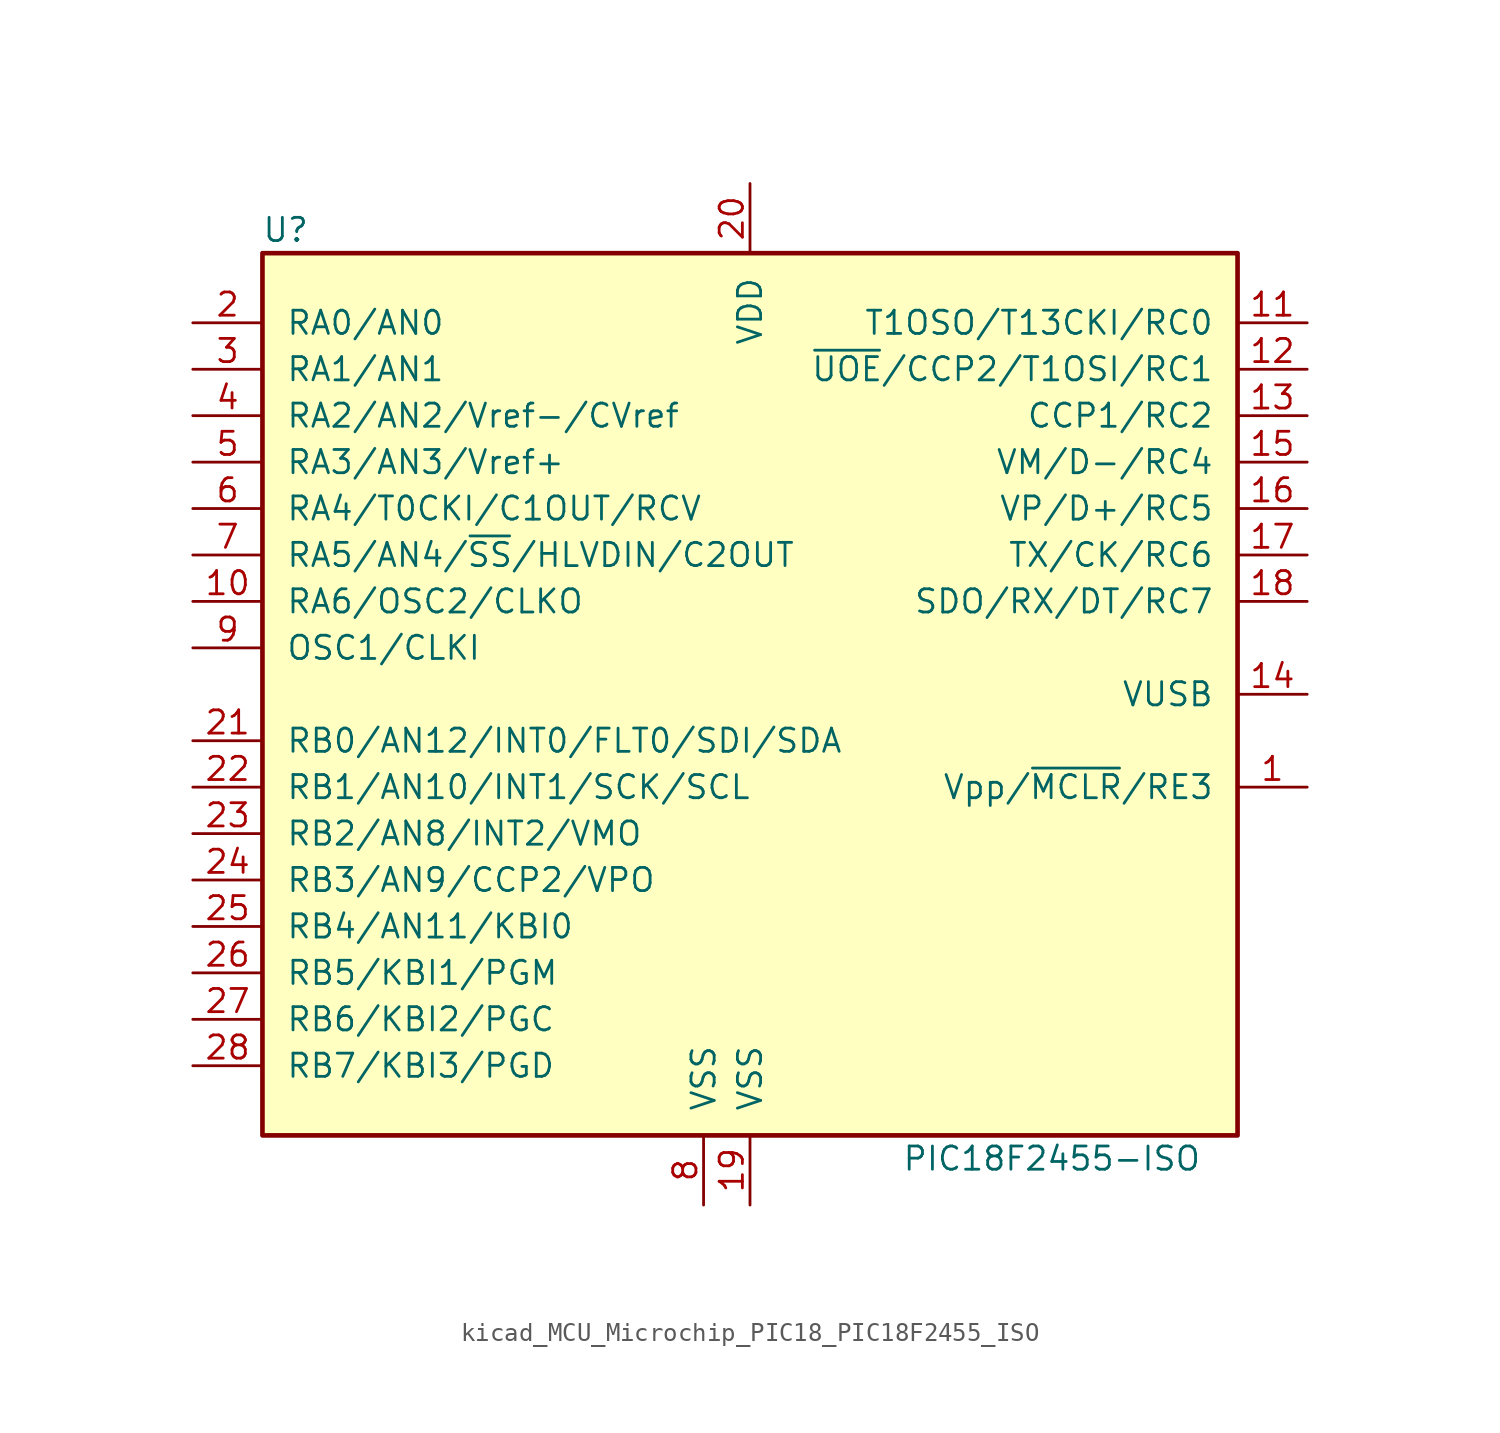
<source format=kicad_sym>
(kicad_symbol_lib
  (version 20220914)
  (generator kicad_symbol_editor)
  (symbol "kicad_MCU_Microchip_PIC18_PIC18F2455_ISO"
    (pin_names
      (offset 1.27))
    (property "Reference" "U"
      (at -25.4 25.4 0)
      (effects (font (size 1.27 1.27))))
    (property "Value" "PIC18F2455-ISO"
      (at 16.51 -25.4 0)
      (effects (font (size 1.27 1.27))))
    (symbol "kicad_MCU_Microchip_PIC18_PIC18F2455_ISO_0_1"
      (rectangle (start -26.67 24.13) (end 26.67 -24.13) (stroke (width 0.254) (type default)) (fill (type background))))
    (symbol "kicad_MCU_Microchip_PIC18_PIC18F2455_ISO_1_1"
      (pin input line (at 30.48 -5.08 180) (length 3.81) (name "Vpp/~{MCLR}/RE3" (effects (font (size 1.27 1.27)))) (number "1" (effects (font (size 1.27 1.27)))))
      (pin output line (at -30.48 5.08 0) (length 3.81) (name "RA6/OSC2/CLKO" (effects (font (size 1.27 1.27)))) (number "10" (effects (font (size 1.27 1.27)))))
      (pin bidirectional line (at 30.48 20.32 180) (length 3.81) (name "T1OSO/T13CKI/RC0" (effects (font (size 1.27 1.27)))) (number "11" (effects (font (size 1.27 1.27)))))
      (pin bidirectional line (at 30.48 17.78 180) (length 3.81) (name "~{UOE}/CCP2/T1OSI/RC1" (effects (font (size 1.27 1.27)))) (number "12" (effects (font (size 1.27 1.27)))))
      (pin bidirectional line (at 30.48 15.24 180) (length 3.81) (name "CCP1/RC2" (effects (font (size 1.27 1.27)))) (number "13" (effects (font (size 1.27 1.27)))))
      (pin bidirectional line (at 30.48 0 180) (length 3.81) (name "VUSB" (effects (font (size 1.27 1.27)))) (number "14" (effects (font (size 1.27 1.27)))))
      (pin bidirectional line (at 30.48 12.7 180) (length 3.81) (name "VM/D-/RC4" (effects (font (size 1.27 1.27)))) (number "15" (effects (font (size 1.27 1.27)))))
      (pin bidirectional line (at 30.48 10.16 180) (length 3.81) (name "VP/D+/RC5" (effects (font (size 1.27 1.27)))) (number "16" (effects (font (size 1.27 1.27)))))
      (pin bidirectional line (at 30.48 7.62 180) (length 3.81) (name "TX/CK/RC6" (effects (font (size 1.27 1.27)))) (number "17" (effects (font (size 1.27 1.27)))))
      (pin bidirectional line (at 30.48 5.08 180) (length 3.81) (name "SDO/RX/DT/RC7" (effects (font (size 1.27 1.27)))) (number "18" (effects (font (size 1.27 1.27)))))
      (pin power_in line (at 0 -27.94 90) (length 3.81) (name "VSS" (effects (font (size 1.27 1.27)))) (number "19" (effects (font (size 1.27 1.27)))))
      (pin bidirectional line (at -30.48 20.32 0) (length 3.81) (name "RA0/AN0" (effects (font (size 1.27 1.27)))) (number "2" (effects (font (size 1.27 1.27)))))
      (pin power_in line (at 0 27.94 270) (length 3.81) (name "VDD" (effects (font (size 1.27 1.27)))) (number "20" (effects (font (size 1.27 1.27)))))
      (pin bidirectional line (at -30.48 -2.54 0) (length 3.81) (name "RB0/AN12/INT0/FLT0/SDI/SDA" (effects (font (size 1.27 1.27)))) (number "21" (effects (font (size 1.27 1.27)))))
      (pin bidirectional line (at -30.48 -5.08 0) (length 3.81) (name "RB1/AN10/INT1/SCK/SCL" (effects (font (size 1.27 1.27)))) (number "22" (effects (font (size 1.27 1.27)))))
      (pin bidirectional line (at -30.48 -7.62 0) (length 3.81) (name "RB2/AN8/INT2/VMO" (effects (font (size 1.27 1.27)))) (number "23" (effects (font (size 1.27 1.27)))))
      (pin bidirectional line (at -30.48 -10.16 0) (length 3.81) (name "RB3/AN9/CCP2/VPO" (effects (font (size 1.27 1.27)))) (number "24" (effects (font (size 1.27 1.27)))))
      (pin bidirectional line (at -30.48 -12.7 0) (length 3.81) (name "RB4/AN11/KBI0" (effects (font (size 1.27 1.27)))) (number "25" (effects (font (size 1.27 1.27)))))
      (pin bidirectional line (at -30.48 -15.24 0) (length 3.81) (name "RB5/KBI1/PGM" (effects (font (size 1.27 1.27)))) (number "26" (effects (font (size 1.27 1.27)))))
      (pin bidirectional line (at -30.48 -17.78 0) (length 3.81) (name "RB6/KBI2/PGC" (effects (font (size 1.27 1.27)))) (number "27" (effects (font (size 1.27 1.27)))))
      (pin bidirectional line (at -30.48 -20.32 0) (length 3.81) (name "RB7/KBI3/PGD" (effects (font (size 1.27 1.27)))) (number "28" (effects (font (size 1.27 1.27)))))
      (pin bidirectional line (at -30.48 17.78 0) (length 3.81) (name "RA1/AN1" (effects (font (size 1.27 1.27)))) (number "3" (effects (font (size 1.27 1.27)))))
      (pin bidirectional line (at -30.48 15.24 0) (length 3.81) (name "RA2/AN2/Vref-/CVref" (effects (font (size 1.27 1.27)))) (number "4" (effects (font (size 1.27 1.27)))))
      (pin bidirectional line (at -30.48 12.7 0) (length 3.81) (name "RA3/AN3/Vref+" (effects (font (size 1.27 1.27)))) (number "5" (effects (font (size 1.27 1.27)))))
      (pin bidirectional line (at -30.48 10.16 0) (length 3.81) (name "RA4/T0CKI/C1OUT/RCV" (effects (font (size 1.27 1.27)))) (number "6" (effects (font (size 1.27 1.27)))))
      (pin bidirectional line (at -30.48 7.62 0) (length 3.81) (name "RA5/AN4/~{SS}/HLVDIN/C2OUT" (effects (font (size 1.27 1.27)))) (number "7" (effects (font (size 1.27 1.27)))))
      (pin power_in line (at -2.54 -27.94 90) (length 3.81) (name "VSS" (effects (font (size 1.27 1.27)))) (number "8" (effects (font (size 1.27 1.27)))))
      (pin input line (at -30.48 2.54 0) (length 3.81) (name "OSC1/CLKI" (effects (font (size 1.27 1.27)))) (number "9" (effects (font (size 1.27 1.27))))))))
</source>
